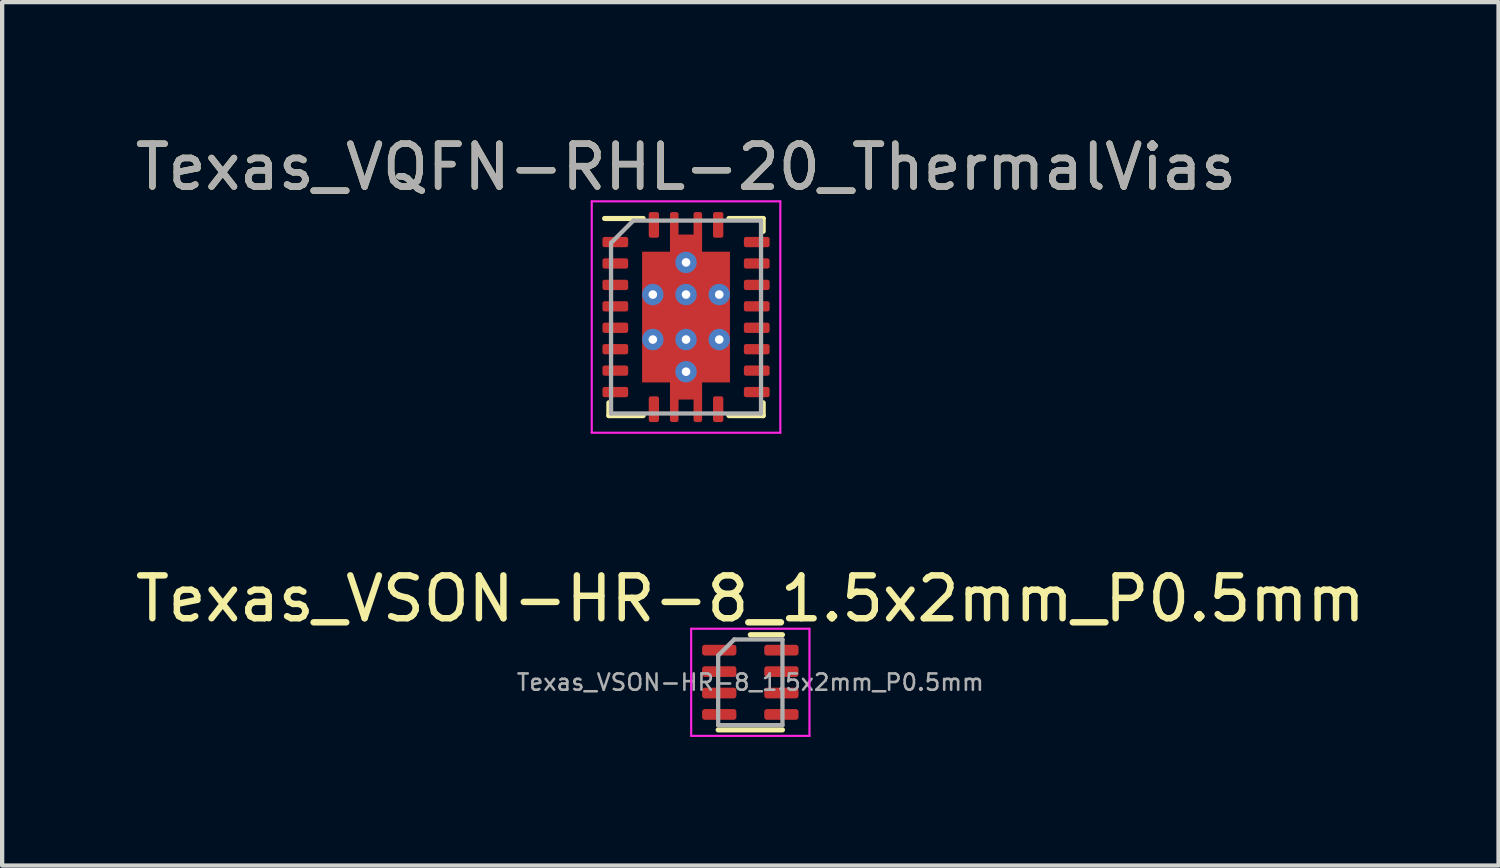
<source format=kicad_pcb>
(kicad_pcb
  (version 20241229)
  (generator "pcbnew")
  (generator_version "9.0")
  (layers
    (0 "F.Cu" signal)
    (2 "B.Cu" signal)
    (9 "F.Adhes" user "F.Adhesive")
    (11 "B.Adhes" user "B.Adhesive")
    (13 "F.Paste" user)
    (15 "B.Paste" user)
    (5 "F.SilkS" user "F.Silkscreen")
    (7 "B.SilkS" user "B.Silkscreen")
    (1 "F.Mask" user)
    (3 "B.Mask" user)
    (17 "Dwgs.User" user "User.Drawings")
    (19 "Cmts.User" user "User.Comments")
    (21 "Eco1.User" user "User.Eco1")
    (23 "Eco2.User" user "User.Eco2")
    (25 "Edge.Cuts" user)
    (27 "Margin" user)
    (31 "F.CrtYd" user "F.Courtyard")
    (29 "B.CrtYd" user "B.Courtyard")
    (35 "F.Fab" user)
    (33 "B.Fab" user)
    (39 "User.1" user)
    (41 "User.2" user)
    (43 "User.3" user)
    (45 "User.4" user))
  (footprint "Texas_VSON-HR-8_1.5x2mm_P0.5mm"
    (layer "F.Cu")
    (at 14.458 12.871)
    (property "Reference" "Texas_VSON-HR-8_1.5x2mm_P0.5mm" (at 0 -1.95 0) (layer "F.SilkS") (effects (font (size 1 1) (thickness 0.15))))
    (attr smd)
    (fp_line (start -0.75 1.11) (end 0.75 1.11) (stroke (width 0.12) (type solid)) (layer "F.SilkS"))
    (fp_line (start 0 -1.11) (end 0.75 -1.11) (stroke (width 0.12) (type solid)) (layer "F.SilkS"))
    (fp_line (start -1.38 -1.25) (end -1.38 1.25) (stroke (width 0.05) (type solid)) (layer "F.CrtYd"))
    (fp_line (start -1.38 1.25) (end 1.38 1.25) (stroke (width 0.05) (type solid)) (layer "F.CrtYd"))
    (fp_line (start 1.38 -1.25) (end -1.38 -1.25) (stroke (width 0.05) (type solid)) (layer "F.CrtYd"))
    (fp_line (start 1.38 1.25) (end 1.38 -1.25) (stroke (width 0.05) (type solid)) (layer "F.CrtYd"))
    (fp_line (start -0.75 -0.625) (end -0.375 -1) (stroke (width 0.1) (type solid)) (layer "F.Fab"))
    (fp_line (start -0.75 1) (end -0.75 -0.625) (stroke (width 0.1) (type solid)) (layer "F.Fab"))
    (fp_line (start -0.375 -1) (end 0.75 -1) (stroke (width 0.1) (type solid)) (layer "F.Fab"))
    (fp_line (start 0.75 -1) (end 0.75 1) (stroke (width 0.1) (type solid)) (layer "F.Fab"))
    (fp_line (start 0.75 1) (end -0.75 1) (stroke (width 0.1) (type solid)) (layer "F.Fab"))
    (fp_text user "${REFERENCE}" (at 0 0 0) (layer "F.Fab") (effects (font (size 0.38 0.38) (thickness 0.06))))
    (pad "1" smd roundrect (at -0.725 -0.75) (size 0.8 0.25) (layers "F.Cu" "F.Mask" "F.Paste") (roundrect_rratio 0.25))
    (pad "2" smd roundrect (at -0.725 -0.25) (size 0.8 0.25) (layers "F.Cu" "F.Mask" "F.Paste") (roundrect_rratio 0.25))
    (pad "3" smd roundrect (at -0.725 0.25) (size 0.8 0.25) (layers "F.Cu" "F.Mask" "F.Paste") (roundrect_rratio 0.25))
    (pad "4" smd roundrect (at -0.725 0.75) (size 0.8 0.25) (layers "F.Cu" "F.Mask" "F.Paste") (roundrect_rratio 0.25))
    (pad "5" smd roundrect (at 0.725 0.75) (size 0.8 0.25) (layers "F.Cu" "F.Mask" "F.Paste") (roundrect_rratio 0.25))
    (pad "6" smd roundrect (at 0.725 0.25) (size 0.8 0.25) (layers "F.Cu" "F.Mask" "F.Paste") (roundrect_rratio 0.25))
    (pad "7" smd roundrect (at 0.725 -0.25) (size 0.8 0.25) (layers "F.Cu" "F.Mask" "F.Paste") (roundrect_rratio 0.25))
    (pad "8" smd roundrect (at 0.725 -0.75) (size 0.8 0.25) (layers "F.Cu" "F.Mask" "F.Paste") (roundrect_rratio 0.25)))
  (footprint "Texas_VQFN-RHL-20_ThermalVias"
    (layer "F.Cu")
    (at 12.958 4.348)
    (property "Reference" "Texas_VQFN-RHL-20_ThermalVias" (at 0 -3.5 0) (layer "F.SilkS") (effects (font (size 1 1) (thickness 0.15))))
    (attr smd)
    (fp_line (start -1.9 -2.3) (end -1 -2.3) (stroke (width 0.12) (type solid)) (layer "F.SilkS"))
    (fp_line (start -1.8 2) (end -1.8 2.3) (stroke (width 0.12) (type solid)) (layer "F.SilkS"))
    (fp_line (start -1.8 2.3) (end -1 2.3) (stroke (width 0.12) (type solid)) (layer "F.SilkS"))
    (fp_line (start 1 -2.3) (end 1.8 -2.3) (stroke (width 0.12) (type solid)) (layer "F.SilkS"))
    (fp_line (start 1 2.3) (end 1.8 2.3) (stroke (width 0.12) (type solid)) (layer "F.SilkS"))
    (fp_line (start 1.8 -2.3) (end 1.8 -2) (stroke (width 0.12) (type solid)) (layer "F.SilkS"))
    (fp_line (start 1.8 2) (end 1.8 2.3) (stroke (width 0.12) (type solid)) (layer "F.SilkS"))
    (fp_line (start -2.2 -2.7) (end -2.2 2.7) (stroke (width 0.05) (type solid)) (layer "F.CrtYd"))
    (fp_line (start -2.2 -2.7) (end 2.2 -2.7) (stroke (width 0.05) (type solid)) (layer "F.CrtYd"))
    (fp_line (start -2.2 2.7) (end 2.2 2.7) (stroke (width 0.05) (type solid)) (layer "F.CrtYd"))
    (fp_line (start 2.2 -2.7) (end 2.2 2.7) (stroke (width 0.05) (type solid)) (layer "F.CrtYd"))
    (fp_line (start -1.75 -1.73) (end -1.75 2.25) (stroke (width 0.1) (type solid)) (layer "F.Fab"))
    (fp_line (start -1.75 -1.73) (end -1.23 -2.25) (stroke (width 0.1) (type solid)) (layer "F.Fab"))
    (fp_line (start -1.75 2.25) (end 1.75 2.25) (stroke (width 0.1) (type solid)) (layer "F.Fab"))
    (fp_line (start -1.23 -2.25) (end 1.75 -2.25) (stroke (width 0.1) (type solid)) (layer "F.Fab"))
    (fp_line (start 1.75 -2.25) (end 1.75 2.25) (stroke (width 0.1) (type solid)) (layer "F.Fab"))
    (fp_text user "${REFERENCE}" (at 0 -3.5 0) (layer "F.Fab") (effects (font (size 1 1) (thickness 0.15))))
    (pad "" smd rect (at -0.56 -1.05) (size 0.92 0.85) (layers "F.Paste"))
    (pad "" smd rect (at -0.56 0) (size 0.92 0.85) (layers "F.Paste"))
    (pad "" smd rect (at -0.56 1.05) (size 0.92 0.85) (layers "F.Paste"))
    (pad "" smd rect (at 0 -1.8) (size 0.75 0.25) (layers "F.Paste"))
    (pad "" smd rect (at 0 1.8) (size 0.75 0.25) (layers "F.Paste"))
    (pad "" smd rect (at 0.56 -1.05) (size 0.92 0.85) (layers "F.Paste"))
    (pad "" smd rect (at 0.56 0) (size 0.92 0.85) (layers "F.Paste"))
    (pad "" smd rect (at 0.56 1.05) (size 0.92 0.85) (layers "F.Paste"))
    (pad "1" smd roundrect (at -0.75 -2.15) (size 0.24 0.6) (layers "F.Cu" "F.Mask" "F.Paste") (roundrect_rratio 0.21))
    (pad "2" smd roundrect (at -1.65 -1.75) (size 0.6 0.24) (layers "F.Cu" "F.Mask" "F.Paste") (roundrect_rratio 0.21))
    (pad "3" smd roundrect (at -1.65 -1.25) (size 0.6 0.24) (layers "F.Cu" "F.Mask" "F.Paste") (roundrect_rratio 0.21))
    (pad "4" smd roundrect (at -1.65 -0.75) (size 0.6 0.24) (layers "F.Cu" "F.Mask" "F.Paste") (roundrect_rratio 0.21))
    (pad "5" smd roundrect (at -1.65 -0.25) (size 0.6 0.24) (layers "F.Cu" "F.Mask" "F.Paste") (roundrect_rratio 0.21))
    (pad "6" smd roundrect (at -1.65 0.25) (size 0.6 0.24) (layers "F.Cu" "F.Mask" "F.Paste") (roundrect_rratio 0.21))
    (pad "7" smd roundrect (at -1.65 0.75) (size 0.6 0.24) (layers "F.Cu" "F.Mask" "F.Paste") (roundrect_rratio 0.21))
    (pad "8" smd roundrect (at -1.65 1.25) (size 0.6 0.24) (layers "F.Cu" "F.Mask" "F.Paste") (roundrect_rratio 0.21))
    (pad "9" smd roundrect (at -1.65 1.75) (size 0.6 0.24) (layers "F.Cu" "F.Mask" "F.Paste") (roundrect_rratio 0.21))
    (pad "10" smd roundrect (at -0.75 2.15) (size 0.24 0.6) (layers "F.Cu" "F.Mask" "F.Paste") (roundrect_rratio 0.21))
    (pad "11" smd roundrect (at 0.75 2.15) (size 0.24 0.6) (layers "F.Cu" "F.Mask" "F.Paste") (roundrect_rratio 0.21))
    (pad "12" smd roundrect (at 1.65 1.75) (size 0.6 0.24) (layers "F.Cu" "F.Mask" "F.Paste") (roundrect_rratio 0.21))
    (pad "13" smd roundrect (at 1.65 1.25) (size 0.6 0.24) (layers "F.Cu" "F.Mask" "F.Paste") (roundrect_rratio 0.21))
    (pad "14" smd roundrect (at 1.65 0.75) (size 0.6 0.24) (layers "F.Cu" "F.Mask" "F.Paste") (roundrect_rratio 0.21))
    (pad "15" smd roundrect (at 1.65 0.25) (size 0.6 0.24) (layers "F.Cu" "F.Mask" "F.Paste") (roundrect_rratio 0.21))
    (pad "16" smd roundrect (at 1.65 -0.25) (size 0.6 0.24) (layers "F.Cu" "F.Mask" "F.Paste") (roundrect_rratio 0.21))
    (pad "17" smd roundrect (at 1.65 -0.75) (size 0.6 0.24) (layers "F.Cu" "F.Mask" "F.Paste") (roundrect_rratio 0.21))
    (pad "18" smd roundrect (at 1.65 -1.25) (size 0.6 0.24) (layers "F.Cu" "F.Mask" "F.Paste") (roundrect_rratio 0.21))
    (pad "19" smd roundrect (at 1.65 -1.75) (size 0.6 0.24) (layers "F.Cu" "F.Mask" "F.Paste") (roundrect_rratio 0.21))
    (pad "20" smd roundrect (at 0.75 -2.15) (size 0.24 0.6) (layers "F.Cu" "F.Mask" "F.Paste") (roundrect_rratio 0.21))
    (pad "21" thru_hole circle (at -0.775 -0.525) (size 0.5 0.5) (drill 0.2) (layers "*.Cu"))
    (pad "21" thru_hole circle (at -0.775 0.525) (size 0.5 0.5) (drill 0.2) (layers "*.Cu"))
    (pad "21" smd roundrect (at -0.275 -2.15) (size 0.2 0.6) (layers "F.Cu" "F.Mask" "F.Paste") (roundrect_rratio 0.25))
    (pad "21" smd roundrect (at -0.275 2.15) (size 0.2 0.6) (layers "F.Cu" "F.Mask" "F.Paste") (roundrect_rratio 0.25))
    (pad "21" thru_hole circle (at 0 -1.275) (size 0.5 0.5) (drill 0.2) (layers "*.Cu"))
    (pad "21" thru_hole circle (at 0 -0.525) (size 0.5 0.5) (drill 0.2) (layers "*.Cu"))
    (pad "21" smd custom (at 0 0) (size 1.524 1.524) (layers "F.Cu" "F.Mask") (options (anchor rect)) (primitives (gr_poly (pts (xy 1.025 1.525) (xy 1.025 -1.525) (xy 0.375 -1.525) (xy 0.375 -1.925) (xy -0.375 -1.925) (xy -0.375 -1.525) (xy -1.025 -1.525) (xy -1.025 1.525) (xy -0.375 1.525) (xy -0.375 1.925) (xy 0.375 1.925) (xy 0.375 1.525)) (width 0) (fill yes))))
    (pad "21" thru_hole circle (at 0 0.525) (size 0.5 0.5) (drill 0.2) (layers "*.Cu"))
    (pad "21" thru_hole circle (at 0 1.275) (size 0.5 0.5) (drill 0.2) (layers "*.Cu"))
    (pad "21" smd roundrect (at 0.275 -2.15) (size 0.2 0.6) (layers "F.Cu" "F.Mask" "F.Paste") (roundrect_rratio 0.25))
    (pad "21" smd roundrect (at 0.275 2.15) (size 0.2 0.6) (layers "F.Cu" "F.Mask" "F.Paste") (roundrect_rratio 0.25))
    (pad "21" thru_hole circle (at 0.775 -0.525) (size 0.5 0.5) (drill 0.2) (layers "*.Cu"))
    (pad "21" thru_hole circle (at 0.775 0.525) (size 0.5 0.5) (drill 0.2) (layers "*.Cu")))
  (gr_rect
    (start -3 -3)
    (end 31.917 17.146)
    (stroke (width 0.1) (type default))
    (fill no)
    (layer "Edge.Cuts")))
</source>
